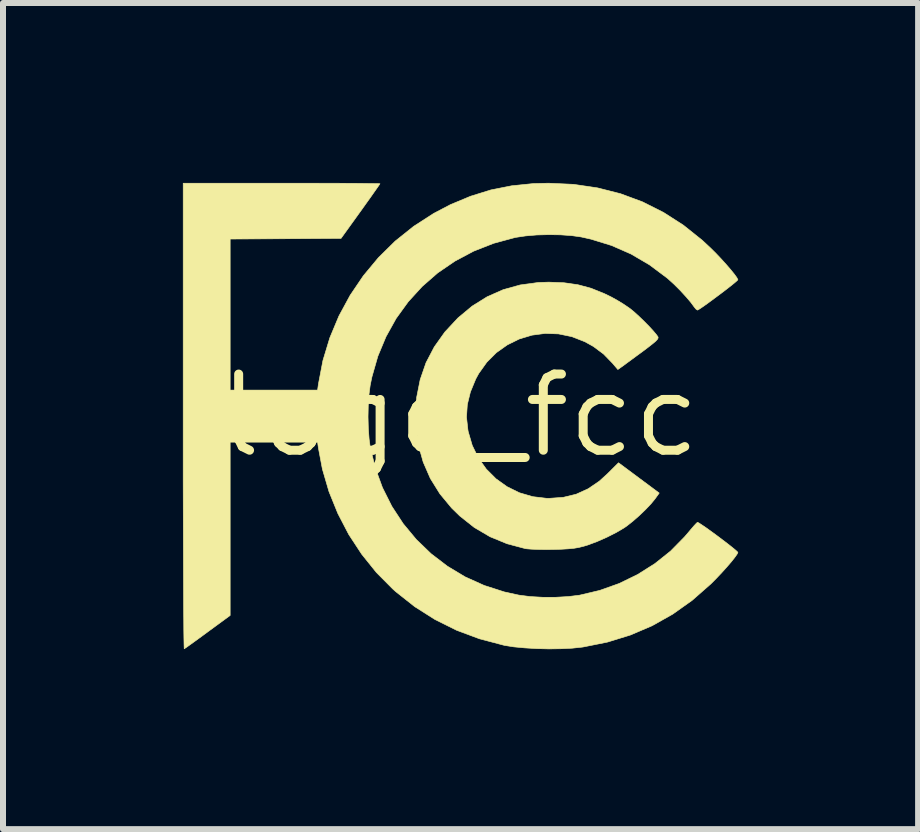
<source format=kicad_pcb>
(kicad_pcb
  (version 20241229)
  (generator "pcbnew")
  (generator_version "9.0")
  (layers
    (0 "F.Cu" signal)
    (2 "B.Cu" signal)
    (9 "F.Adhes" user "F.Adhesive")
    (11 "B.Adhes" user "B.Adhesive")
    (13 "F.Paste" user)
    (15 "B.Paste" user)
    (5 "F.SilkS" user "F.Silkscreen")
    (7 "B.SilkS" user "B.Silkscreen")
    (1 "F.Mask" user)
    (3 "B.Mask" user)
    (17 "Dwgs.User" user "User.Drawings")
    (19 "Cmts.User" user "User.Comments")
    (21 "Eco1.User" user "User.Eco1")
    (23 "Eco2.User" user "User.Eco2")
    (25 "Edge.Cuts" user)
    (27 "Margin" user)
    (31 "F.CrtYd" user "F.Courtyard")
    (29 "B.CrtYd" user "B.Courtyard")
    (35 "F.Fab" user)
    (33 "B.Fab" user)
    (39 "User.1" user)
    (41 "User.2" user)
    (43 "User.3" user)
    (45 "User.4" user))
  (footprint "logo_fcc"
    (layer "F.Cu")
    (at 4.619 3.878)
    (property "Reference" "logo_fcc" (at 0 0 0) (layer "F.SilkS") (effects (font (size 1.27 1.27) (thickness 0.15))))
    (attr through_hole)
    (fp_poly (pts (xy 1.737 -2.213) (xy 1.968 -2.18) (xy 2.187 -2.121) (xy 2.408 -2.032) (xy 2.523 -1.976) (xy 2.624 -1.92) (xy 2.729 -1.856) (xy 2.819 -1.795) (xy 2.841 -1.779) (xy 2.907 -1.725) (xy 2.986 -1.653) (xy 3.07 -1.572) (xy 3.151 -1.49) (xy 3.222 -1.413) (xy 3.276 -1.349) (xy 3.303 -1.311) (xy 3.306 -1.293) (xy 3.295 -1.271) (xy 3.267 -1.24) (xy 3.215 -1.196) (xy 3.137 -1.135) (xy 3.043 -1.064) (xy 2.943 -0.991) (xy 2.851 -0.923) (xy 2.773 -0.866) (xy 2.718 -0.825) (xy 2.698 -0.811) (xy 2.634 -0.766) (xy 2.545 -0.871) (xy 2.396 -1.024) (xy 2.227 -1.15) (xy 2.085 -1.229) (xy 1.868 -1.314) (xy 1.645 -1.36) (xy 1.422 -1.368) (xy 1.202 -1.339) (xy 0.99 -1.275) (xy 0.791 -1.177) (xy 0.609 -1.048) (xy 0.449 -0.888) (xy 0.314 -0.699) (xy 0.264 -0.607) (xy 0.175 -0.391) (xy 0.124 -0.183) (xy 0.11 0.027) (xy 0.134 0.243) (xy 0.139 0.271) (xy 0.206 0.5) (xy 0.308 0.709) (xy 0.441 0.895) (xy 0.602 1.056) (xy 0.787 1.188) (xy 0.992 1.289) (xy 1.214 1.354) (xy 1.448 1.382) (xy 1.492 1.382) (xy 1.726 1.365) (xy 1.94 1.313) (xy 2.138 1.223) (xy 2.326 1.095) (xy 2.46 0.973) (xy 2.645 0.789) (xy 2.985 1.042) (xy 3.324 1.294) (xy 3.255 1.39) (xy 3.188 1.472) (xy 3.097 1.568) (xy 2.993 1.668) (xy 2.886 1.762) (xy 2.786 1.841) (xy 2.745 1.87) (xy 2.61 1.95) (xy 2.452 2.03) (xy 2.287 2.103) (xy 2.131 2.161) (xy 2.064 2.181) (xy 1.984 2.201) (xy 1.902 2.215) (xy 1.808 2.224) (xy 1.691 2.231) (xy 1.545 2.235) (xy 1.419 2.236) (xy 1.298 2.234) (xy 1.195 2.23) (xy 1.118 2.224) (xy 1.09 2.22) (xy 0.786 2.139) (xy 0.502 2.022) (xy 0.24 1.868) (xy -0.002 1.676) (xy -0.138 1.543) (xy -0.334 1.306) (xy -0.493 1.05) (xy -0.612 0.777) (xy -0.693 0.488) (xy -0.735 0.183) (xy -0.741 0.011) (xy -0.721 -0.302) (xy -0.662 -0.598) (xy -0.565 -0.879) (xy -0.427 -1.143) (xy -0.251 -1.391) (xy -0.036 -1.622) (xy -0.031 -1.627) (xy 0.204 -1.823) (xy 0.454 -1.979) (xy 0.721 -2.097) (xy 1.004 -2.176) (xy 1.305 -2.217) (xy 1.482 -2.223) (xy 1.737 -2.213)) (stroke (width 0.01) (type solid)) (fill yes) (layer "F.SilkS"))
    (fp_poly (pts (xy -2.715 -3.873) (xy -2.468 -3.873) (xy -2.237 -3.872) (xy -2.025 -3.872) (xy -1.835 -3.871) (xy -1.671 -3.87) (xy -1.536 -3.868) (xy -1.433 -3.867) (xy -1.364 -3.866) (xy -1.335 -3.864) (xy -1.333 -3.864) (xy -1.345 -3.845) (xy -1.379 -3.796) (xy -1.431 -3.722) (xy -1.497 -3.628) (xy -1.576 -3.518) (xy -1.658 -3.403) (xy -1.982 -2.953) (xy -2.907 -2.947) (xy -3.831 -2.942) (xy -3.831 -0.423) (xy -2.373 -0.423) (xy -2.359 -0.524) (xy -2.284 -0.916) (xy -2.169 -1.295) (xy -2.017 -1.659) (xy -1.83 -2.004) (xy -1.61 -2.329) (xy -1.359 -2.631) (xy -1.079 -2.907) (xy -0.772 -3.153) (xy -0.439 -3.368) (xy -0.159 -3.515) (xy 0.179 -3.656) (xy 0.517 -3.761) (xy 0.864 -3.83) (xy 1.226 -3.867) (xy 1.479 -3.873) (xy 1.895 -3.854) (xy 2.295 -3.795) (xy 2.678 -3.698) (xy 3.045 -3.562) (xy 3.395 -3.386) (xy 3.727 -3.173) (xy 4.042 -2.921) (xy 4.177 -2.795) (xy 4.266 -2.707) (xy 4.355 -2.613) (xy 4.44 -2.519) (xy 4.515 -2.432) (xy 4.576 -2.357) (xy 4.618 -2.299) (xy 4.635 -2.265) (xy 4.636 -2.263) (xy 4.619 -2.245) (xy 4.575 -2.207) (xy 4.509 -2.154) (xy 4.428 -2.091) (xy 4.337 -2.022) (xy 4.244 -1.953) (xy 4.155 -1.887) (xy 4.076 -1.83) (xy 4.012 -1.786) (xy 3.972 -1.761) (xy 3.961 -1.757) (xy 3.937 -1.773) (xy 3.909 -1.807) (xy 3.85 -1.887) (xy 3.767 -1.984) (xy 3.671 -2.088) (xy 3.57 -2.189) (xy 3.474 -2.276) (xy 3.454 -2.293) (xy 3.161 -2.512) (xy 2.854 -2.692) (xy 2.53 -2.834) (xy 2.186 -2.94) (xy 2.021 -2.977) (xy 1.864 -2.999) (xy 1.68 -3.012) (xy 1.481 -3.015) (xy 1.282 -3.01) (xy 1.095 -2.994) (xy 0.934 -2.97) (xy 0.919 -2.967) (xy 0.564 -2.871) (xy 0.23 -2.74) (xy -0.082 -2.574) (xy -0.369 -2.378) (xy -0.629 -2.151) (xy -0.861 -1.897) (xy -1.063 -1.618) (xy -1.232 -1.314) (xy -1.368 -0.988) (xy -1.467 -0.643) (xy -1.496 -0.502) (xy -1.516 -0.35) (xy -1.528 -0.17) (xy -1.532 0.023) (xy -1.527 0.215) (xy -1.514 0.392) (xy -1.496 0.525) (xy -1.412 0.873) (xy -1.291 1.204) (xy -1.135 1.515) (xy -0.946 1.804) (xy -0.727 2.068) (xy -0.48 2.306) (xy -0.208 2.514) (xy 0.088 2.692) (xy 0.406 2.835) (xy 0.742 2.943) (xy 0.984 2.996) (xy 1.17 3.02) (xy 1.38 3.032) (xy 1.598 3.032) (xy 1.809 3.02) (xy 1.996 2.997) (xy 2 2.996) (xy 2.333 2.917) (xy 2.656 2.802) (xy 2.964 2.652) (xy 3.251 2.471) (xy 3.513 2.262) (xy 3.744 2.027) (xy 3.785 1.98) (xy 3.849 1.904) (xy 3.903 1.841) (xy 3.943 1.798) (xy 3.961 1.782) (xy 3.983 1.791) (xy 4.032 1.823) (xy 4.102 1.87) (xy 4.185 1.93) (xy 4.277 1.997) (xy 4.37 2.067) (xy 4.458 2.134) (xy 4.534 2.194) (xy 4.594 2.243) (xy 4.629 2.275) (xy 4.636 2.285) (xy 4.621 2.315) (xy 4.582 2.37) (xy 4.524 2.443) (xy 4.45 2.529) (xy 4.366 2.622) (xy 4.277 2.716) (xy 4.188 2.806) (xy 4.177 2.816) (xy 3.872 3.084) (xy 3.548 3.314) (xy 3.205 3.507) (xy 2.842 3.662) (xy 2.459 3.78) (xy 2.055 3.861) (xy 2.032 3.864) (xy 1.873 3.881) (xy 1.688 3.89) (xy 1.486 3.893) (xy 1.28 3.888) (xy 1.081 3.876) (xy 0.9 3.859) (xy 0.748 3.835) (xy 0.731 3.831) (xy 0.326 3.724) (xy -0.055 3.582) (xy -0.415 3.403) (xy -0.754 3.188) (xy -1.071 2.937) (xy -1.119 2.894) (xy -1.392 2.619) (xy -1.637 2.314) (xy -1.853 1.985) (xy -2.035 1.635) (xy -2.183 1.27) (xy -2.293 0.894) (xy -2.359 0.545) (xy -2.373 0.445) (xy -3.831 0.445) (xy -3.831 3.335) (xy -4.205 3.609) (xy -4.315 3.69) (xy -4.414 3.762) (xy -4.496 3.821) (xy -4.557 3.865) (xy -4.592 3.888) (xy -4.597 3.891) (xy -4.598 3.871) (xy -4.6 3.811) (xy -4.602 3.712) (xy -4.604 3.578) (xy -4.605 3.409) (xy -4.607 3.209) (xy -4.608 2.978) (xy -4.609 2.72) (xy -4.61 2.437) (xy -4.611 2.13) (xy -4.612 1.801) (xy -4.613 1.453) (xy -4.614 1.088) (xy -4.614 0.707) (xy -4.614 0.313) (xy -4.614 0.012) (xy -4.614 -3.873) (xy -2.974 -3.873) (xy -2.715 -3.873)) (stroke (width 0.01) (type solid)) (fill yes) (layer "F.SilkS")))
  (gr_rect
    (start -3 -3)
    (end 12.26 10.776)
    (stroke (width 0.1) (type default))
    (fill no)
    (layer "Edge.Cuts")))
</source>
